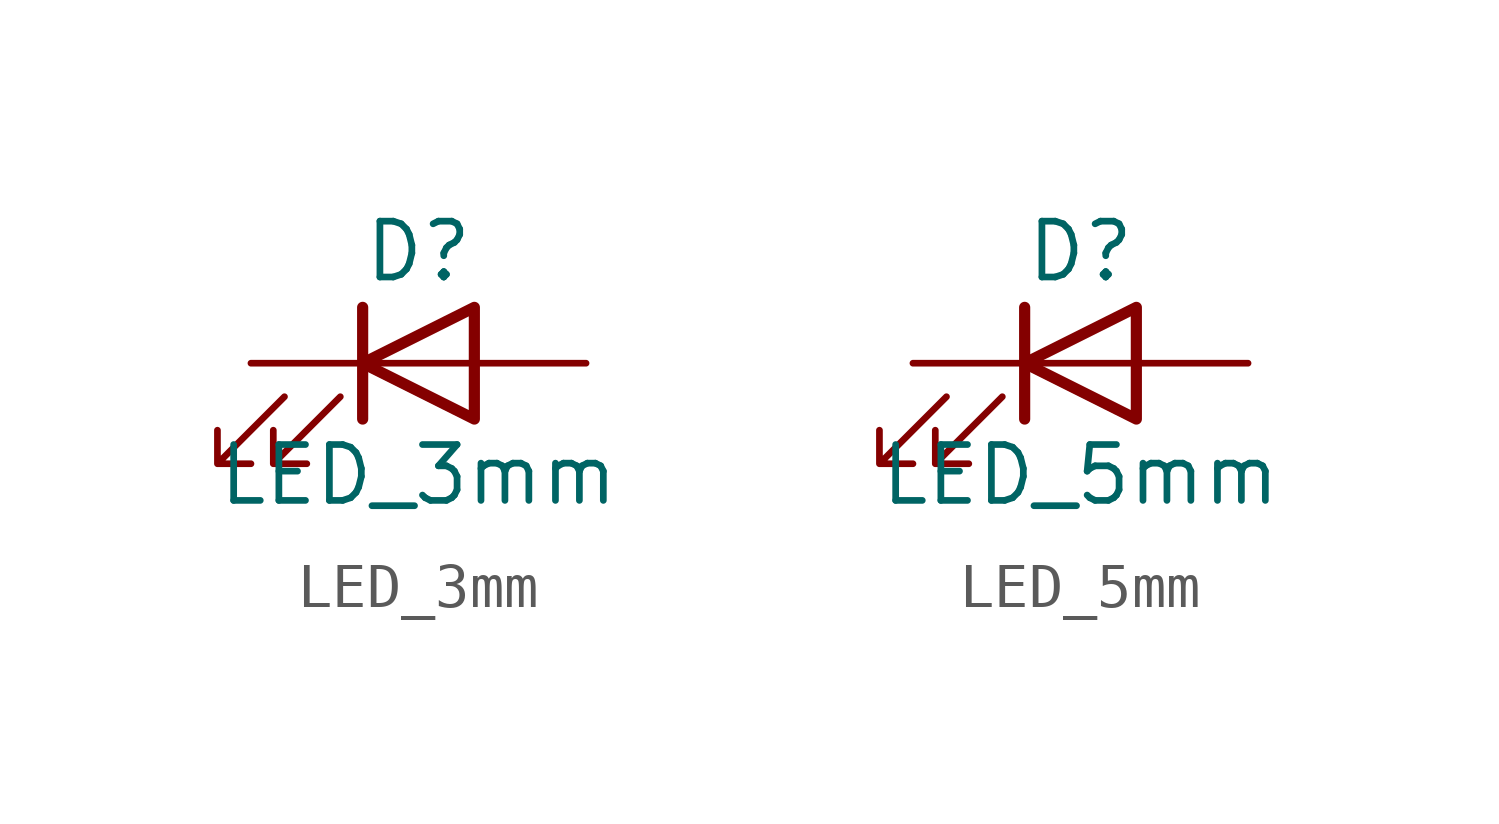
<source format=kicad_sym>
(kicad_symbol_lib
  (version 20211014)
  (generator kicad_symbol_editor)
  (symbol "LED_3mm"
    (pin_numbers hide)
    (pin_names
      (offset 1.016) hide)
    (property "Reference" "D"
      (at 0 2.54 0)
      (effects (font (size 1.27 1.27))))
    (property "Value" "LED_3mm"
      (at 0 -2.54 0)
      (effects (font (size 1.27 1.27))))
    (symbol "LED_3mm_0_1"
      (polyline (pts (xy -1.27 -1.27) (xy -1.27 1.27)) (stroke (width 0.254) (type default) (color 0 0 0 0)) (fill (type none)))
      (polyline (pts (xy -1.27 0) (xy 1.27 0)) (stroke (width 0) (type default) (color 0 0 0 0)) (fill (type none)))
      (polyline (pts (xy 1.27 -1.27) (xy 1.27 1.27) (xy -1.27 0) (xy 1.27 -1.27)) (stroke (width 0.254) (type default) (color 0 0 0 0)) (fill (type none)))
      (polyline (pts (xy -3.048 -0.762) (xy -4.572 -2.286) (xy -3.81 -2.286) (xy -4.572 -2.286) (xy -4.572 -1.524)) (stroke (width 0) (type default) (color 0 0 0 0)) (fill (type none)))
      (polyline (pts (xy -1.778 -0.762) (xy -3.302 -2.286) (xy -2.54 -2.286) (xy -3.302 -2.286) (xy -3.302 -1.524)) (stroke (width 0) (type default) (color 0 0 0 0)) (fill (type none))))
    (symbol "LED_3mm_1_1"
      (pin passive line (at -3.81 0 0) (length 2.54) (name "K" (effects (font (size 1.27 1.27)))) (number "1" (effects (font (size 1.27 1.27)))))
      (pin passive line (at 3.81 0 180) (length 2.54) (name "A" (effects (font (size 1.27 1.27)))) (number "2" (effects (font (size 1.27 1.27)))))))
  (symbol "LED_5mm"
    (pin_numbers hide)
    (pin_names
      (offset 1.016) hide)
    (property "Reference" "D"
      (at 0 2.54 0)
      (effects (font (size 1.27 1.27))))
    (property "Value" "LED_5mm"
      (at 0 -2.54 0)
      (effects (font (size 1.27 1.27))))
    (symbol "LED_5mm_0_1"
      (polyline (pts (xy -1.27 -1.27) (xy -1.27 1.27)) (stroke (width 0.254) (type default) (color 0 0 0 0)) (fill (type none)))
      (polyline (pts (xy -1.27 0) (xy 1.27 0)) (stroke (width 0) (type default) (color 0 0 0 0)) (fill (type none)))
      (polyline (pts (xy 1.27 -1.27) (xy 1.27 1.27) (xy -1.27 0) (xy 1.27 -1.27)) (stroke (width 0.254) (type default) (color 0 0 0 0)) (fill (type none)))
      (polyline (pts (xy -3.048 -0.762) (xy -4.572 -2.286) (xy -3.81 -2.286) (xy -4.572 -2.286) (xy -4.572 -1.524)) (stroke (width 0) (type default) (color 0 0 0 0)) (fill (type none)))
      (polyline (pts (xy -1.778 -0.762) (xy -3.302 -2.286) (xy -2.54 -2.286) (xy -3.302 -2.286) (xy -3.302 -1.524)) (stroke (width 0) (type default) (color 0 0 0 0)) (fill (type none))))
    (symbol "LED_5mm_1_1"
      (pin passive line (at -3.81 0 0) (length 2.54) (name "K" (effects (font (size 1.27 1.27)))) (number "1" (effects (font (size 1.27 1.27)))))
      (pin passive line (at 3.81 0 180) (length 2.54) (name "A" (effects (font (size 1.27 1.27)))) (number "2" (effects (font (size 1.27 1.27))))))))
</source>
